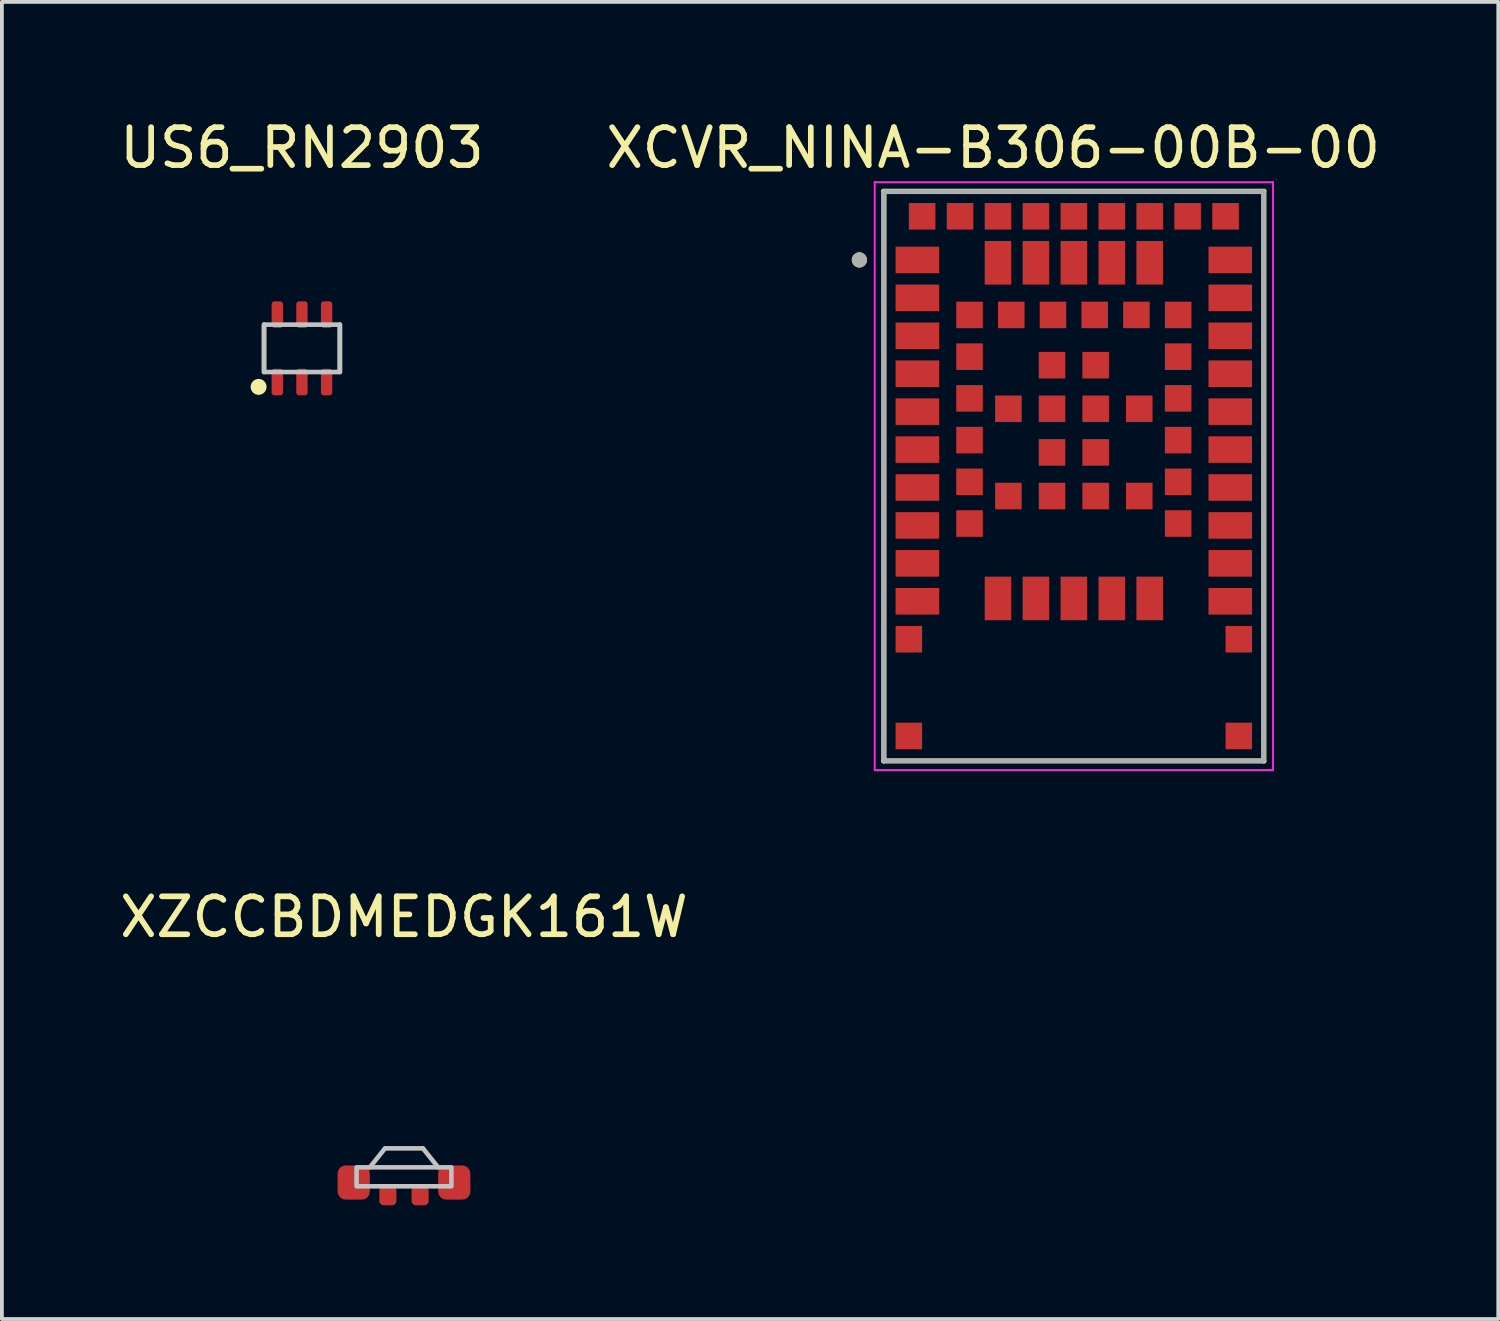
<source format=kicad_pcb>
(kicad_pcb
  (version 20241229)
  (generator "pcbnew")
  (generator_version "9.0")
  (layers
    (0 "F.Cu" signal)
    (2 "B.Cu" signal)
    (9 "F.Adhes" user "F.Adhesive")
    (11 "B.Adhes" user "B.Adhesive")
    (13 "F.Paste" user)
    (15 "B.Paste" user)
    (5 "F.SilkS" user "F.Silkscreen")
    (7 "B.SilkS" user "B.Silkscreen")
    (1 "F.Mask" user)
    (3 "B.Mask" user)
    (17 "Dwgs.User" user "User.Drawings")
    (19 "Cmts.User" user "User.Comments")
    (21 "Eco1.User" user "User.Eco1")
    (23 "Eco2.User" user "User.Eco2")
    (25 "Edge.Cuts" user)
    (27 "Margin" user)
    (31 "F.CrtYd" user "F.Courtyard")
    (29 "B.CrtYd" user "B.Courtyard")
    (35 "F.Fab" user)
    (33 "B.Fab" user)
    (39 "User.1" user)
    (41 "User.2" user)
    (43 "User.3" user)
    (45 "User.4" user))
  (footprint "US6_RN2903"
    (layer "F.Cu")
    (at 4.911 6.134)
    (property "Reference" "US6_RN2903" (at 0 -5.286 0) (unlocked yes) (layer "F.SilkS") (effects (font (size 1 1) (thickness 0.15))))
    (attr smd)
    (fp_line (start -1 -0.625) (end -1 0.625) (stroke (width 0.12) (type default)) (layer "F.SilkS"))
    (fp_line (start 1 -0.625) (end 1 0.625) (stroke (width 0.12) (type default)) (layer "F.SilkS"))
    (fp_circle (center -1.143 1.016) (end -0.993 1.016) (stroke (width 0.12) (type solid)) (fill yes) (layer "F.SilkS"))
    (fp_rect (start -1 -0.625) (end 1 0.625) (stroke (width 0.12) (type default)) (fill no) (layer "Dwgs.User"))
    (pad "1" smd roundrect (at -0.65 0.889) (size 0.3 0.7) (layers "F.Cu" "F.Mask" "F.Paste") (roundrect_rratio 0.25))
    (pad "2" smd roundrect (at 0 0.889) (size 0.3 0.7) (layers "F.Cu" "F.Mask" "F.Paste") (roundrect_rratio 0.25))
    (pad "3" smd roundrect (at 0.65 0.889) (size 0.3 0.7) (layers "F.Cu" "F.Mask" "F.Paste") (roundrect_rratio 0.25))
    (pad "4" smd roundrect (at 0.65 -0.889) (size 0.3 0.7) (layers "F.Cu" "F.Mask" "F.Paste") (roundrect_rratio 0.25))
    (pad "5" smd roundrect (at 0 -0.889) (size 0.3 0.7) (layers "F.Cu" "F.Mask" "F.Paste") (roundrect_rratio 0.25))
    (pad "6" smd roundrect (at -0.65 -0.889) (size 0.3 0.7) (layers "F.Cu" "F.Mask" "F.Paste") (roundrect_rratio 0.25)))
  (footprint "XZCCBDMEDGK161W"
    (layer "F.Cu")
    (at 7.601 28.127)
    (property "Reference" "XZCCBDMEDGK161W" (at 0 -7 0) (unlocked yes) (layer "F.SilkS") (effects (font (size 1 1) (thickness 0.15))))
    (attr smd)
    (fp_line (start -0.9 -0.4) (end -0.5 -0.9) (stroke (width 0.12) (type default)) (layer "Dwgs.User"))
    (fp_line (start -0.5 -0.9) (end 0.5 -0.9) (stroke (width 0.12) (type default)) (layer "Dwgs.User"))
    (fp_line (start 0.5 -0.9) (end 0.9 -0.4) (stroke (width 0.12) (type default)) (layer "Dwgs.User"))
    (fp_rect (start -1.25 -0.4) (end 1.25 0.1) (stroke (width 0.12) (type default)) (fill no) (layer "Dwgs.User"))
    (pad "1" smd roundrect (at -1.325 0) (size 0.85 0.9) (layers "F.Cu" "F.Mask" "F.Paste") (roundrect_rratio 0.25))
    (pad "2" smd roundrect (at -0.425 0.35) (size 0.45 0.5) (layers "F.Cu" "F.Mask" "F.Paste") (roundrect_rratio 0.25))
    (pad "3" smd roundrect (at 0.425 0.35) (size 0.45 0.5) (layers "F.Cu" "F.Mask" "F.Paste") (roundrect_rratio 0.25))
    (pad "4" smd roundrect (at 1.325 0) (size 0.85 0.9) (layers "F.Cu" "F.Mask" "F.Paste") (roundrect_rratio 0.25)))
  (footprint "XCVR_NINA-B306-00B-00"
    (layer "F.Cu")
    (at 25.262 9.503)
    (property "Reference" "XCVR_NINA-B306-00B-00" (at -2.125 -8.655 0) (layer "F.SilkS") (effects (font (size 1 1) (thickness 0.15))))
    (attr through_hole)
    (fp_line (start -5.013 -7.513) (end 5.013 -7.513) (stroke (width 0.127) (type solid)) (layer "F.SilkS"))
    (fp_line (start -5.013 7.513) (end -5.013 -7.513) (stroke (width 0.127) (type solid)) (layer "F.SilkS"))
    (fp_line (start 5.013 -7.513) (end 5.013 7.513) (stroke (width 0.127) (type solid)) (layer "F.SilkS"))
    (fp_line (start 5.013 7.513) (end -5.013 7.513) (stroke (width 0.127) (type solid)) (layer "F.SilkS"))
    (fp_circle (center -5.654 -5.7) (end -5.554 -5.7) (stroke (width 0.2) (type solid)) (fill no) (layer "F.SilkS"))
    (fp_line (start -5.25 -7.75) (end 5.25 -7.75) (stroke (width 0.05) (type solid)) (layer "F.CrtYd"))
    (fp_line (start -5.25 7.75) (end -5.25 -7.75) (stroke (width 0.05) (type solid)) (layer "F.CrtYd"))
    (fp_line (start 5.25 -7.75) (end 5.25 7.75) (stroke (width 0.05) (type solid)) (layer "F.CrtYd"))
    (fp_line (start 5.25 7.75) (end -5.25 7.75) (stroke (width 0.05) (type solid)) (layer "F.CrtYd"))
    (fp_line (start -5 -7.5) (end 5 -7.5) (stroke (width 0.127) (type solid)) (layer "F.Fab"))
    (fp_line (start -5 7.5) (end -5 -7.5) (stroke (width 0.127) (type solid)) (layer "F.Fab"))
    (fp_line (start 5 -7.5) (end 5 7.5) (stroke (width 0.127) (type solid)) (layer "F.Fab"))
    (fp_line (start 5 7.5) (end -5 7.5) (stroke (width 0.127) (type solid)) (layer "F.Fab"))
    (fp_circle (center -5.654 -5.7) (end -5.554 -5.7) (stroke (width 0.2) (type solid)) (fill no) (layer "F.Fab"))
    (pad "1" smd rect (at -4.125 -5.7) (size 1.15 0.7) (layers "F.Cu" "F.Mask" "F.Paste"))
    (pad "2" smd rect (at -4.125 -4.7) (size 1.15 0.7) (layers "F.Cu" "F.Mask" "F.Paste"))
    (pad "3" smd rect (at -4.125 -3.7) (size 1.15 0.7) (layers "F.Cu" "F.Mask" "F.Paste"))
    (pad "4" smd rect (at -4.125 -2.7) (size 1.15 0.7) (layers "F.Cu" "F.Mask" "F.Paste"))
    (pad "5" smd rect (at -4.125 -1.7) (size 1.15 0.7) (layers "F.Cu" "F.Mask" "F.Paste"))
    (pad "6" smd rect (at -4.125 -0.7) (size 1.15 0.7) (layers "F.Cu" "F.Mask" "F.Paste"))
    (pad "7" smd rect (at -4.125 0.3) (size 1.15 0.7) (layers "F.Cu" "F.Mask" "F.Paste"))
    (pad "8" smd rect (at -4.125 1.3) (size 1.15 0.7) (layers "F.Cu" "F.Mask" "F.Paste"))
    (pad "9" smd rect (at -4.125 2.3) (size 1.15 0.7) (layers "F.Cu" "F.Mask" "F.Paste"))
    (pad "10" smd rect (at -4.125 3.3) (size 1.15 0.7) (layers "F.Cu" "F.Mask" "F.Paste"))
    (pad "11" smd rect (at -2 3.225 90) (size 1.15 0.7) (layers "F.Cu" "F.Mask" "F.Paste"))
    (pad "12" smd rect (at -1 3.225 90) (size 1.15 0.7) (layers "F.Cu" "F.Mask" "F.Paste"))
    (pad "13" smd rect (at 0 3.225 90) (size 1.15 0.7) (layers "F.Cu" "F.Mask" "F.Paste"))
    (pad "14" smd rect (at 1 3.225 90) (size 1.15 0.7) (layers "F.Cu" "F.Mask" "F.Paste"))
    (pad "15" smd rect (at 2 3.225 90) (size 1.15 0.7) (layers "F.Cu" "F.Mask" "F.Paste"))
    (pad "16" smd rect (at 4.125 3.3) (size 1.15 0.7) (layers "F.Cu" "F.Mask" "F.Paste"))
    (pad "17" smd rect (at 4.125 2.3) (size 1.15 0.7) (layers "F.Cu" "F.Mask" "F.Paste"))
    (pad "18" smd rect (at 4.125 1.3) (size 1.15 0.7) (layers "F.Cu" "F.Mask" "F.Paste"))
    (pad "19" smd rect (at 4.125 0.3) (size 1.15 0.7) (layers "F.Cu" "F.Mask" "F.Paste"))
    (pad "20" smd rect (at 4.125 -0.7) (size 1.15 0.7) (layers "F.Cu" "F.Mask" "F.Paste"))
    (pad "21" smd rect (at 4.125 -1.7) (size 1.15 0.7) (layers "F.Cu" "F.Mask" "F.Paste"))
    (pad "22" smd rect (at 4.125 -2.7) (size 1.15 0.7) (layers "F.Cu" "F.Mask" "F.Paste"))
    (pad "23" smd rect (at 4.125 -3.7) (size 1.15 0.7) (layers "F.Cu" "F.Mask" "F.Paste"))
    (pad "24" smd rect (at 4.125 -4.7) (size 1.15 0.7) (layers "F.Cu" "F.Mask" "F.Paste"))
    (pad "25" smd rect (at 4.125 -5.7) (size 1.15 0.7) (layers "F.Cu" "F.Mask" "F.Paste"))
    (pad "26" smd rect (at 2 -5.625) (size 0.7 1.15) (layers "F.Cu" "F.Mask" "F.Paste"))
    (pad "27" smd rect (at 1 -5.625) (size 0.7 1.15) (layers "F.Cu" "F.Mask" "F.Paste"))
    (pad "28" smd rect (at 0 -5.625) (size 0.7 1.15) (layers "F.Cu" "F.Mask" "F.Paste"))
    (pad "29" smd rect (at -1 -5.625) (size 0.7 1.15) (layers "F.Cu" "F.Mask" "F.Paste"))
    (pad "30" smd rect (at -2 -5.625) (size 0.7 1.15) (layers "F.Cu" "F.Mask" "F.Paste"))
    (pad "31" smd rect (at -2.75 -4.25) (size 0.7 0.7) (layers "F.Cu" "F.Mask" "F.Paste"))
    (pad "32" smd rect (at -2.75 -3.15) (size 0.7 0.7) (layers "F.Cu" "F.Mask" "F.Paste"))
    (pad "33" smd rect (at -2.75 -2.05) (size 0.7 0.7) (layers "F.Cu" "F.Mask" "F.Paste"))
    (pad "34" smd rect (at -2.75 -0.95) (size 0.7 0.7) (layers "F.Cu" "F.Mask" "F.Paste"))
    (pad "35" smd rect (at -2.75 0.15) (size 0.7 0.7) (layers "F.Cu" "F.Mask" "F.Paste"))
    (pad "36" smd rect (at -2.75 1.25) (size 0.7 0.7) (layers "F.Cu" "F.Mask" "F.Paste"))
    (pad "37" smd rect (at 2.75 1.25) (size 0.7 0.7) (layers "F.Cu" "F.Mask" "F.Paste"))
    (pad "38" smd rect (at 2.75 0.15) (size 0.7 0.7) (layers "F.Cu" "F.Mask" "F.Paste"))
    (pad "39" smd rect (at 2.75 -0.95) (size 0.7 0.7) (layers "F.Cu" "F.Mask" "F.Paste"))
    (pad "40" smd rect (at 2.75 -2.05) (size 0.7 0.7) (layers "F.Cu" "F.Mask" "F.Paste"))
    (pad "41" smd rect (at 2.75 -3.15) (size 0.7 0.7) (layers "F.Cu" "F.Mask" "F.Paste"))
    (pad "42" smd rect (at 2.75 -4.25) (size 0.7 0.7) (layers "F.Cu" "F.Mask" "F.Paste"))
    (pad "43" smd rect (at 1.65 -4.25) (size 0.7 0.7) (layers "F.Cu" "F.Mask" "F.Paste"))
    (pad "44" smd rect (at 0.55 -4.25) (size 0.7 0.7) (layers "F.Cu" "F.Mask" "F.Paste"))
    (pad "45" smd rect (at -0.55 -4.25) (size 0.7 0.7) (layers "F.Cu" "F.Mask" "F.Paste"))
    (pad "46" smd rect (at -1.65 -4.25) (size 0.7 0.7) (layers "F.Cu" "F.Mask" "F.Paste"))
    (pad "47" smd rect (at 4 -6.85) (size 0.7 0.7) (layers "F.Cu" "F.Mask" "F.Paste"))
    (pad "48" smd rect (at 3 -6.85) (size 0.7 0.7) (layers "F.Cu" "F.Mask" "F.Paste"))
    (pad "49" smd rect (at 2 -6.85) (size 0.7 0.7) (layers "F.Cu" "F.Mask" "F.Paste"))
    (pad "50" smd rect (at 1 -6.85) (size 0.7 0.7) (layers "F.Cu" "F.Mask" "F.Paste"))
    (pad "51" smd rect (at 0 -6.85) (size 0.7 0.7) (layers "F.Cu" "F.Mask" "F.Paste"))
    (pad "52" smd rect (at -1 -6.85) (size 0.7 0.7) (layers "F.Cu" "F.Mask" "F.Paste"))
    (pad "53" smd rect (at -2 -6.85) (size 0.7 0.7) (layers "F.Cu" "F.Mask" "F.Paste"))
    (pad "54" smd rect (at -3 -6.85) (size 0.7 0.7) (layers "F.Cu" "F.Mask" "F.Paste"))
    (pad "55" smd rect (at -4 -6.85) (size 0.7 0.7) (layers "F.Cu" "F.Mask" "F.Paste"))
    (pad "EAGP1" smd rect (at -4.35 4.3) (size 0.7 0.7) (layers "F.Cu" "F.Mask" "F.Paste"))
    (pad "EAGP2" smd rect (at 4.35 4.3) (size 0.7 0.7) (layers "F.Cu" "F.Mask" "F.Paste"))
    (pad "EAGP3" smd rect (at -4.35 6.85) (size 0.7 0.7) (layers "F.Cu" "F.Mask" "F.Paste"))
    (pad "EAGP4" smd rect (at 4.35 6.85) (size 0.7 0.7) (layers "F.Cu" "F.Mask" "F.Paste"))
    (pad "EGP1" smd rect (at -0.575 -2.925) (size 0.7 0.7) (layers "F.Cu" "F.Mask" "F.Paste"))
    (pad "EGP2" smd rect (at 0.575 -2.925) (size 0.7 0.7) (layers "F.Cu" "F.Mask" "F.Paste"))
    (pad "EGP3" smd rect (at -1.725 -1.775) (size 0.7 0.7) (layers "F.Cu" "F.Mask" "F.Paste"))
    (pad "EGP4" smd rect (at -0.575 -1.775) (size 0.7 0.7) (layers "F.Cu" "F.Mask" "F.Paste"))
    (pad "EGP5" smd rect (at 0.575 -1.775) (size 0.7 0.7) (layers "F.Cu" "F.Mask" "F.Paste"))
    (pad "EGP6" smd rect (at 1.725 -1.775) (size 0.7 0.7) (layers "F.Cu" "F.Mask" "F.Paste"))
    (pad "EGP7" smd rect (at -0.575 -0.625) (size 0.7 0.7) (layers "F.Cu" "F.Mask" "F.Paste"))
    (pad "EGP8" smd rect (at 0.575 -0.625) (size 0.7 0.7) (layers "F.Cu" "F.Mask" "F.Paste"))
    (pad "EGP9" smd rect (at -1.725 0.525) (size 0.7 0.7) (layers "F.Cu" "F.Mask" "F.Paste"))
    (pad "EGP10" smd rect (at -0.575 0.525) (size 0.7 0.7) (layers "F.Cu" "F.Mask" "F.Paste"))
    (pad "EGP11" smd rect (at 0.575 0.525) (size 0.7 0.7) (layers "F.Cu" "F.Mask" "F.Paste"))
    (pad "EGP12" smd rect (at 1.725 0.525) (size 0.7 0.7) (layers "F.Cu" "F.Mask" "F.Paste")))
  (gr_rect
    (start -3 -3)
    (end 36.452 31.727)
    (stroke (width 0.1) (type default))
    (fill no)
    (layer "Edge.Cuts")))
</source>
